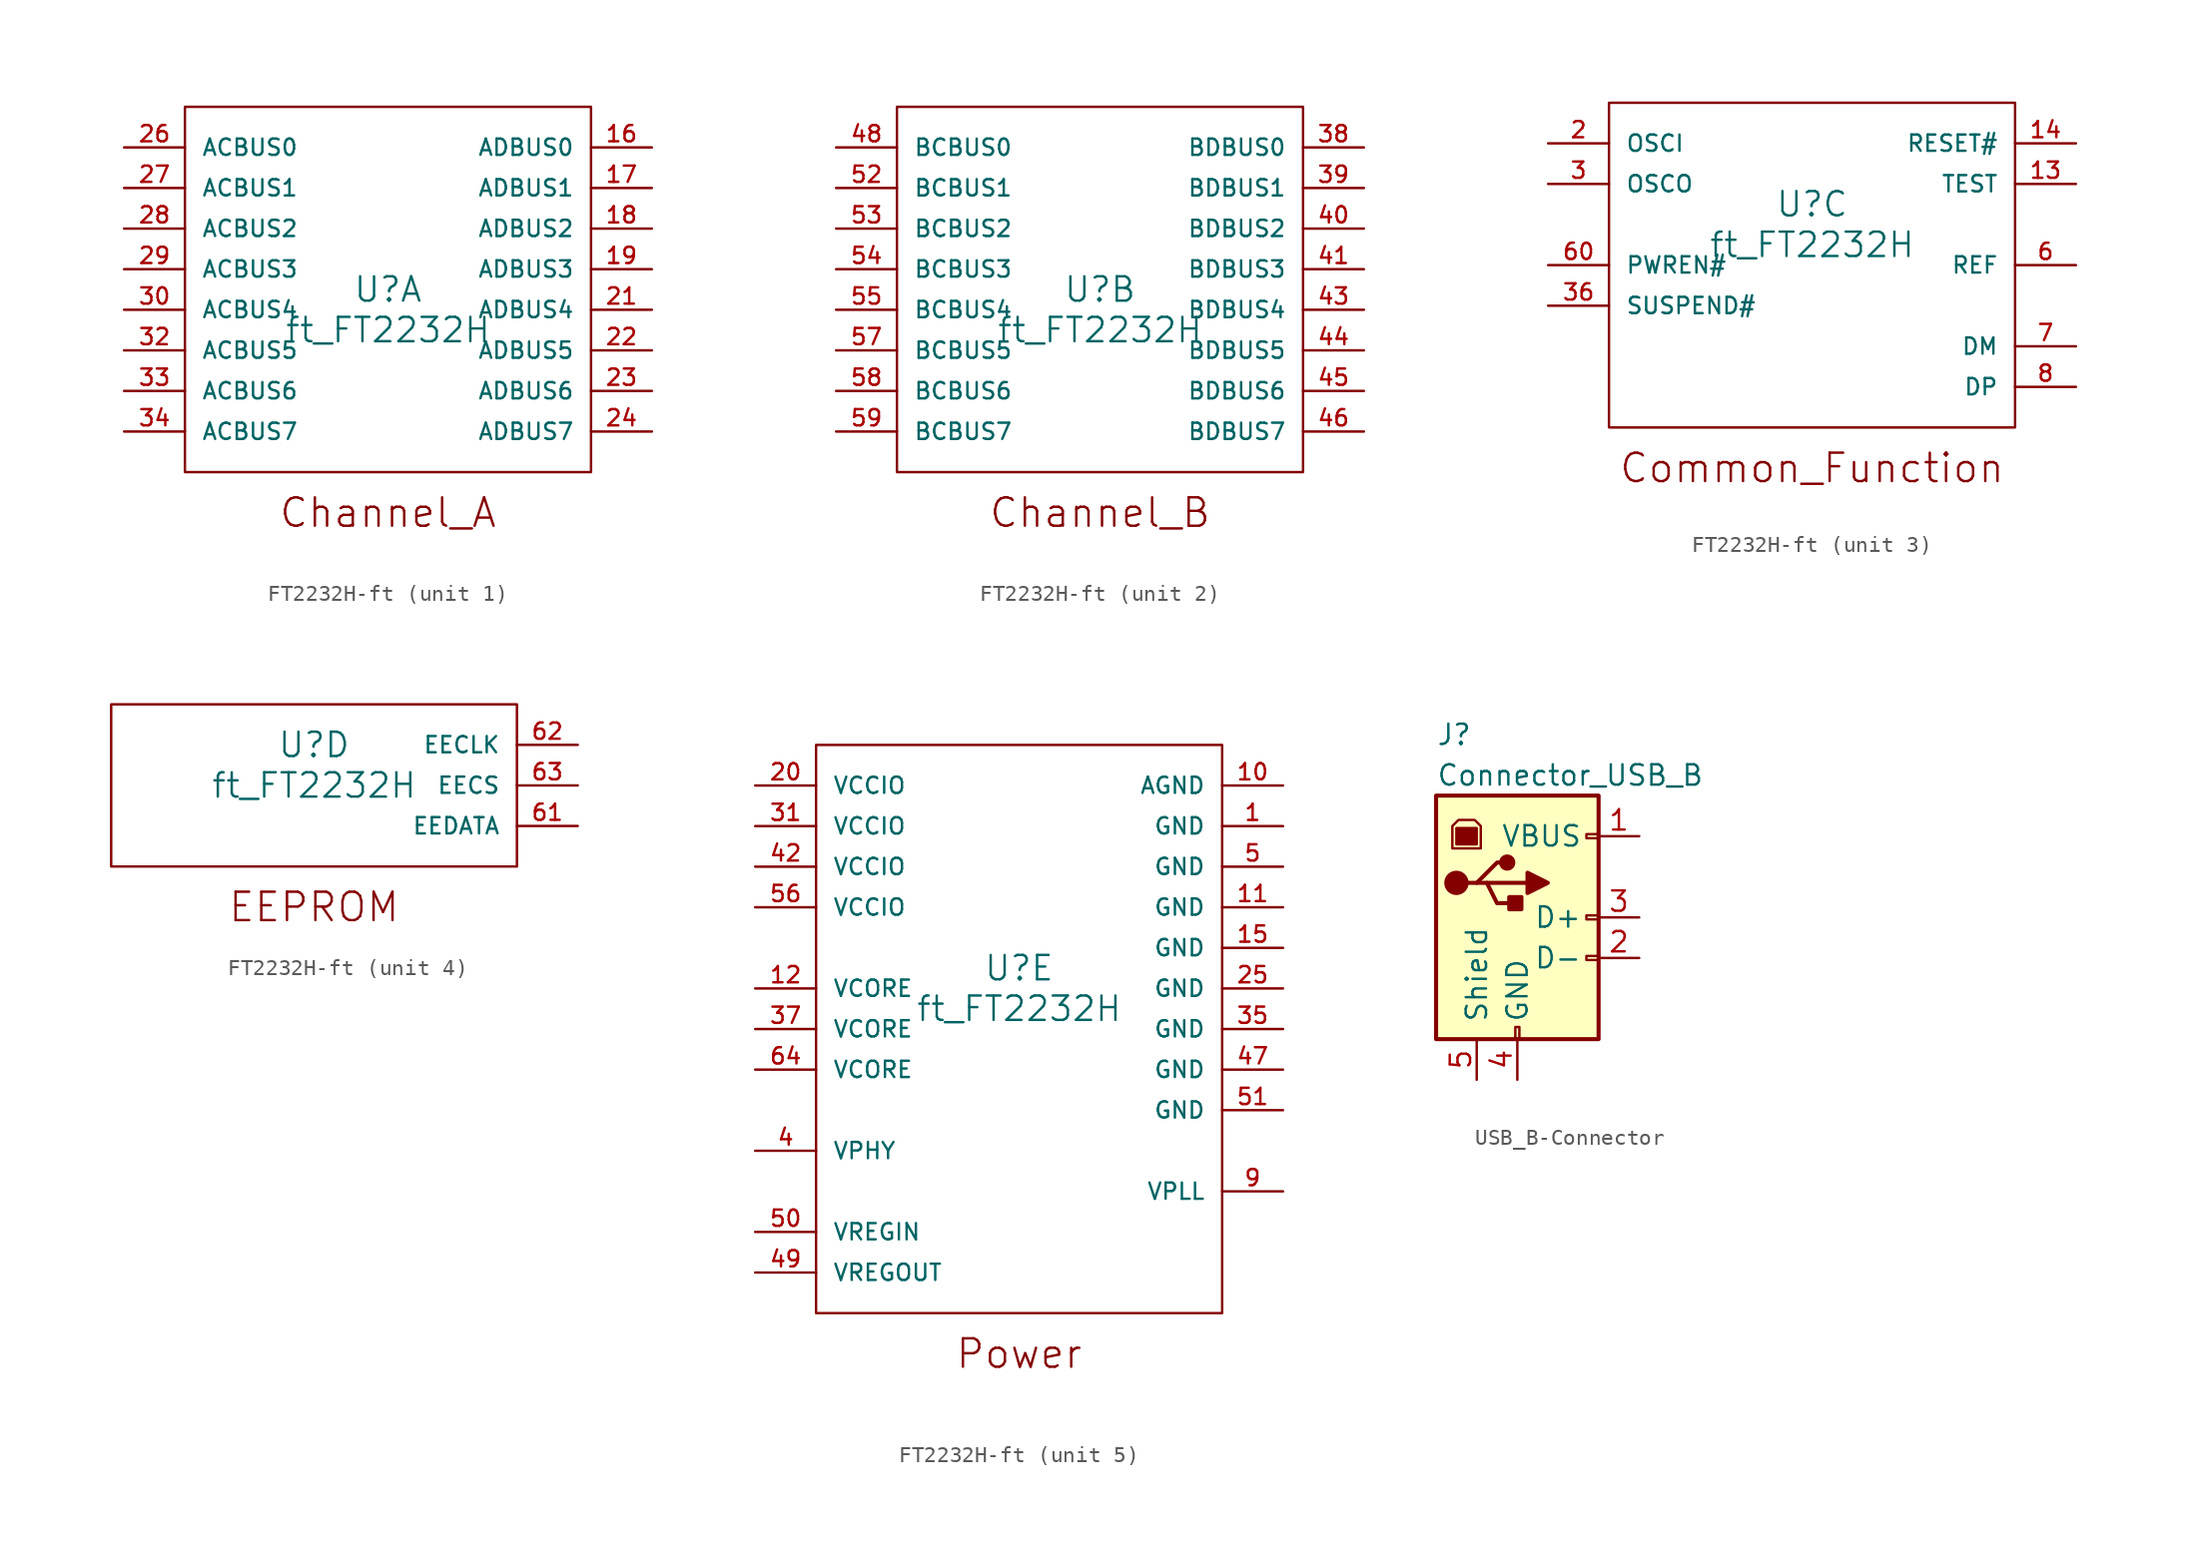
<source format=kicad_sym>
(kicad_symbol_lib
  (version 20231120)
  (generator "kicad_symbol_editor")
  (generator_version "8.0")
  (symbol "FT2232H-ft"
    (pin_names
      (offset 1.016))
    (property "Reference" "U"
      (at 0 2.54 0)
      (effects (font (size 1.524 1.524))))
    (property "Value" "ft_FT2232H"
      (at 0 0 0)
      (effects (font (size 1.524 1.524))))
    (property "ki_locked" ""
      (at 0 0 0)
      (effects (font (size 1.27 1.27))))
    (symbol "FT2232H-ft_1_0"
      (rectangle (start -12.7 13.97) (end 12.7 -8.89) (stroke (width 0) (type solid)) (fill (type none)))
      (text "Channel_A" (at 0 -11.43 0) (effects (font (size 1.778 1.778)))))
    (symbol "FT2232H-ft_1_1"
      (pin bidirectional line (at 16.51 11.43 180) (length 3.81) (name "ADBUS0" (effects (font (size 1.016 1.016)))) (number "16" (effects (font (size 1.016 1.016)))))
      (pin bidirectional line (at 16.51 8.89 180) (length 3.81) (name "ADBUS1" (effects (font (size 1.016 1.016)))) (number "17" (effects (font (size 1.016 1.016)))))
      (pin bidirectional line (at 16.51 6.35 180) (length 3.81) (name "ADBUS2" (effects (font (size 1.016 1.016)))) (number "18" (effects (font (size 1.016 1.016)))))
      (pin bidirectional line (at 16.51 3.81 180) (length 3.81) (name "ADBUS3" (effects (font (size 1.016 1.016)))) (number "19" (effects (font (size 1.016 1.016)))))
      (pin bidirectional line (at 16.51 1.27 180) (length 3.81) (name "ADBUS4" (effects (font (size 1.016 1.016)))) (number "21" (effects (font (size 1.016 1.016)))))
      (pin bidirectional line (at 16.51 -1.27 180) (length 3.81) (name "ADBUS5" (effects (font (size 1.016 1.016)))) (number "22" (effects (font (size 1.016 1.016)))))
      (pin bidirectional line (at 16.51 -3.81 180) (length 3.81) (name "ADBUS6" (effects (font (size 1.016 1.016)))) (number "23" (effects (font (size 1.016 1.016)))))
      (pin bidirectional line (at 16.51 -6.35 180) (length 3.81) (name "ADBUS7" (effects (font (size 1.016 1.016)))) (number "24" (effects (font (size 1.016 1.016)))))
      (pin bidirectional line (at -16.51 11.43 0) (length 3.81) (name "ACBUS0" (effects (font (size 1.016 1.016)))) (number "26" (effects (font (size 1.016 1.016)))))
      (pin bidirectional line (at -16.51 8.89 0) (length 3.81) (name "ACBUS1" (effects (font (size 1.016 1.016)))) (number "27" (effects (font (size 1.016 1.016)))))
      (pin bidirectional line (at -16.51 6.35 0) (length 3.81) (name "ACBUS2" (effects (font (size 1.016 1.016)))) (number "28" (effects (font (size 1.016 1.016)))))
      (pin bidirectional line (at -16.51 3.81 0) (length 3.81) (name "ACBUS3" (effects (font (size 1.016 1.016)))) (number "29" (effects (font (size 1.016 1.016)))))
      (pin bidirectional line (at -16.51 1.27 0) (length 3.81) (name "ACBUS4" (effects (font (size 1.016 1.016)))) (number "30" (effects (font (size 1.016 1.016)))))
      (pin bidirectional line (at -16.51 -1.27 0) (length 3.81) (name "ACBUS5" (effects (font (size 1.016 1.016)))) (number "32" (effects (font (size 1.016 1.016)))))
      (pin bidirectional line (at -16.51 -3.81 0) (length 3.81) (name "ACBUS6" (effects (font (size 1.016 1.016)))) (number "33" (effects (font (size 1.016 1.016)))))
      (pin bidirectional line (at -16.51 -6.35 0) (length 3.81) (name "ACBUS7" (effects (font (size 1.016 1.016)))) (number "34" (effects (font (size 1.016 1.016))))))
    (symbol "FT2232H-ft_2_0"
      (rectangle (start -12.7 13.97) (end 12.7 -8.89) (stroke (width 0) (type solid)) (fill (type none)))
      (text "Channel_B" (at 0 -11.43 0) (effects (font (size 1.778 1.778)))))
    (symbol "FT2232H-ft_2_1"
      (pin bidirectional line (at 16.51 11.43 180) (length 3.81) (name "BDBUS0" (effects (font (size 1.016 1.016)))) (number "38" (effects (font (size 1.016 1.016)))))
      (pin bidirectional line (at 16.51 8.89 180) (length 3.81) (name "BDBUS1" (effects (font (size 1.016 1.016)))) (number "39" (effects (font (size 1.016 1.016)))))
      (pin bidirectional line (at 16.51 6.35 180) (length 3.81) (name "BDBUS2" (effects (font (size 1.016 1.016)))) (number "40" (effects (font (size 1.016 1.016)))))
      (pin bidirectional line (at 16.51 3.81 180) (length 3.81) (name "BDBUS3" (effects (font (size 1.016 1.016)))) (number "41" (effects (font (size 1.016 1.016)))))
      (pin bidirectional line (at 16.51 1.27 180) (length 3.81) (name "BDBUS4" (effects (font (size 1.016 1.016)))) (number "43" (effects (font (size 1.016 1.016)))))
      (pin bidirectional line (at 16.51 -1.27 180) (length 3.81) (name "BDBUS5" (effects (font (size 1.016 1.016)))) (number "44" (effects (font (size 1.016 1.016)))))
      (pin bidirectional line (at 16.51 -3.81 180) (length 3.81) (name "BDBUS6" (effects (font (size 1.016 1.016)))) (number "45" (effects (font (size 1.016 1.016)))))
      (pin bidirectional line (at 16.51 -6.35 180) (length 3.81) (name "BDBUS7" (effects (font (size 1.016 1.016)))) (number "46" (effects (font (size 1.016 1.016)))))
      (pin bidirectional line (at -16.51 11.43 0) (length 3.81) (name "BCBUS0" (effects (font (size 1.016 1.016)))) (number "48" (effects (font (size 1.016 1.016)))))
      (pin bidirectional line (at -16.51 8.89 0) (length 3.81) (name "BCBUS1" (effects (font (size 1.016 1.016)))) (number "52" (effects (font (size 1.016 1.016)))))
      (pin bidirectional line (at -16.51 6.35 0) (length 3.81) (name "BCBUS2" (effects (font (size 1.016 1.016)))) (number "53" (effects (font (size 1.016 1.016)))))
      (pin bidirectional line (at -16.51 3.81 0) (length 3.81) (name "BCBUS3" (effects (font (size 1.016 1.016)))) (number "54" (effects (font (size 1.016 1.016)))))
      (pin bidirectional line (at -16.51 1.27 0) (length 3.81) (name "BCBUS4" (effects (font (size 1.016 1.016)))) (number "55" (effects (font (size 1.016 1.016)))))
      (pin bidirectional line (at -16.51 -1.27 0) (length 3.81) (name "BCBUS5" (effects (font (size 1.016 1.016)))) (number "57" (effects (font (size 1.016 1.016)))))
      (pin bidirectional line (at -16.51 -3.81 0) (length 3.81) (name "BCBUS6" (effects (font (size 1.016 1.016)))) (number "58" (effects (font (size 1.016 1.016)))))
      (pin bidirectional line (at -16.51 -6.35 0) (length 3.81) (name "BCBUS7" (effects (font (size 1.016 1.016)))) (number "59" (effects (font (size 1.016 1.016))))))
    (symbol "FT2232H-ft_3_0"
      (rectangle (start -12.7 8.89) (end 12.7 -11.43) (stroke (width 0) (type solid)) (fill (type none)))
      (text "Common_Function" (at 0 -13.97 0) (effects (font (size 1.778 1.778)))))
    (symbol "FT2232H-ft_3_1"
      (pin input line (at 16.51 3.81 180) (length 3.81) (name "TEST" (effects (font (size 1.016 1.016)))) (number "13" (effects (font (size 1.016 1.016)))))
      (pin input line (at 16.51 6.35 180) (length 3.81) (name "RESET#" (effects (font (size 1.016 1.016)))) (number "14" (effects (font (size 1.016 1.016)))))
      (pin input line (at -16.51 6.35 0) (length 3.81) (name "OSCI" (effects (font (size 1.016 1.016)))) (number "2" (effects (font (size 1.016 1.016)))))
      (pin output line (at -16.51 3.81 0) (length 3.81) (name "OSCO" (effects (font (size 1.016 1.016)))) (number "3" (effects (font (size 1.016 1.016)))))
      (pin output line (at -16.51 -3.81 0) (length 3.81) (name "SUSPEND#" (effects (font (size 1.016 1.016)))) (number "36" (effects (font (size 1.016 1.016)))))
      (pin input line (at 16.51 -1.27 180) (length 3.81) (name "REF" (effects (font (size 1.016 1.016)))) (number "6" (effects (font (size 1.016 1.016)))))
      (pin output line (at -16.51 -1.27 0) (length 3.81) (name "PWREN#" (effects (font (size 1.016 1.016)))) (number "60" (effects (font (size 1.016 1.016)))))
      (pin input line (at 16.51 -6.35 180) (length 3.81) (name "DM" (effects (font (size 1.016 1.016)))) (number "7" (effects (font (size 1.016 1.016)))))
      (pin input line (at 16.51 -8.89 180) (length 3.81) (name "DP" (effects (font (size 1.016 1.016)))) (number "8" (effects (font (size 1.016 1.016))))))
    (symbol "FT2232H-ft_4_0"
      (rectangle (start -12.7 5.08) (end 12.7 -5.08) (stroke (width 0) (type solid)) (fill (type none)))
      (text "EEPROM" (at 0 -7.62 0) (effects (font (size 1.778 1.778)))))
    (symbol "FT2232H-ft_4_1"
      (pin bidirectional line (at 16.51 -2.54 180) (length 3.81) (name "EEDATA" (effects (font (size 1.016 1.016)))) (number "61" (effects (font (size 1.016 1.016)))))
      (pin output line (at 16.51 2.54 180) (length 3.81) (name "EECLK" (effects (font (size 1.016 1.016)))) (number "62" (effects (font (size 1.016 1.016)))))
      (pin bidirectional line (at 16.51 0 180) (length 3.81) (name "EECS" (effects (font (size 1.016 1.016)))) (number "63" (effects (font (size 1.016 1.016))))))
    (symbol "FT2232H-ft_5_0"
      (rectangle (start -12.7 16.51) (end 12.7 -19.05) (stroke (width 0) (type solid)) (fill (type none)))
      (text "Power" (at 0 -21.59 0) (effects (font (size 1.778 1.778)))))
    (symbol "FT2232H-ft_5_1"
      (pin power_in line (at 16.51 11.43 180) (length 3.81) (name "GND" (effects (font (size 1.016 1.016)))) (number "1" (effects (font (size 1.016 1.016)))))
      (pin power_in line (at 16.51 13.97 180) (length 3.81) (name "AGND" (effects (font (size 1.016 1.016)))) (number "10" (effects (font (size 1.016 1.016)))))
      (pin power_in line (at 16.51 6.35 180) (length 3.81) (name "GND" (effects (font (size 1.016 1.016)))) (number "11" (effects (font (size 1.016 1.016)))))
      (pin power_in line (at -16.51 1.27 0) (length 3.81) (name "VCORE" (effects (font (size 1.016 1.016)))) (number "12" (effects (font (size 1.016 1.016)))))
      (pin power_in line (at 16.51 3.81 180) (length 3.81) (name "GND" (effects (font (size 1.016 1.016)))) (number "15" (effects (font (size 1.016 1.016)))))
      (pin power_in line (at -16.51 13.97 0) (length 3.81) (name "VCCIO" (effects (font (size 1.016 1.016)))) (number "20" (effects (font (size 1.016 1.016)))))
      (pin power_in line (at 16.51 1.27 180) (length 3.81) (name "GND" (effects (font (size 1.016 1.016)))) (number "25" (effects (font (size 1.016 1.016)))))
      (pin power_in line (at -16.51 11.43 0) (length 3.81) (name "VCCIO" (effects (font (size 1.016 1.016)))) (number "31" (effects (font (size 1.016 1.016)))))
      (pin power_in line (at 16.51 -1.27 180) (length 3.81) (name "GND" (effects (font (size 1.016 1.016)))) (number "35" (effects (font (size 1.016 1.016)))))
      (pin power_in line (at -16.51 -1.27 0) (length 3.81) (name "VCORE" (effects (font (size 1.016 1.016)))) (number "37" (effects (font (size 1.016 1.016)))))
      (pin power_in line (at -16.51 -8.89 0) (length 3.81) (name "VPHY" (effects (font (size 1.016 1.016)))) (number "4" (effects (font (size 1.016 1.016)))))
      (pin power_in line (at -16.51 8.89 0) (length 3.81) (name "VCCIO" (effects (font (size 1.016 1.016)))) (number "42" (effects (font (size 1.016 1.016)))))
      (pin power_in line (at 16.51 -3.81 180) (length 3.81) (name "GND" (effects (font (size 1.016 1.016)))) (number "47" (effects (font (size 1.016 1.016)))))
      (pin power_out line (at -16.51 -16.51 0) (length 3.81) (name "VREGOUT" (effects (font (size 1.016 1.016)))) (number "49" (effects (font (size 1.016 1.016)))))
      (pin power_in line (at 16.51 8.89 180) (length 3.81) (name "GND" (effects (font (size 1.016 1.016)))) (number "5" (effects (font (size 1.016 1.016)))))
      (pin power_in line (at -16.51 -13.97 0) (length 3.81) (name "VREGIN" (effects (font (size 1.016 1.016)))) (number "50" (effects (font (size 1.016 1.016)))))
      (pin power_in line (at 16.51 -6.35 180) (length 3.81) (name "GND" (effects (font (size 1.016 1.016)))) (number "51" (effects (font (size 1.016 1.016)))))
      (pin power_in line (at -16.51 6.35 0) (length 3.81) (name "VCCIO" (effects (font (size 1.016 1.016)))) (number "56" (effects (font (size 1.016 1.016)))))
      (pin power_in line (at -16.51 -3.81 0) (length 3.81) (name "VCORE" (effects (font (size 1.016 1.016)))) (number "64" (effects (font (size 1.016 1.016)))))
      (pin power_in line (at 16.51 -11.43 180) (length 3.81) (name "VPLL" (effects (font (size 1.016 1.016)))) (number "9" (effects (font (size 1.016 1.016)))))))
  (symbol "USB_B-Connector"
    (pin_names
      (offset 1.016))
    (property "Reference" "J"
      (at -5.08 11.43 0)
      (effects (font (size 1.27 1.27)) (justify left)))
    (property "Value" "Connector_USB_B"
      (at -5.08 8.89 0)
      (effects (font (size 1.27 1.27)) (justify left)))
    (symbol "USB_B-Connector_0_1"
      (rectangle (start -5.08 -7.62) (end 5.08 7.62) (stroke (width 0.254) (type solid)) (fill (type background)))
      (circle (center -3.81 2.159) (radius 0.635) (stroke (width 0.254) (type solid)) (fill (type outline)))
      (rectangle (start -3.81 5.588) (end -2.54 4.572) (stroke (width 0) (type solid)) (fill (type outline)))
      (circle (center -0.635 3.429) (radius 0.381) (stroke (width 0.254) (type solid)) (fill (type outline)))
      (rectangle (start -0.127 -7.62) (end 0.127 -6.858) (stroke (width 0) (type solid)) (fill (type none)))
      (polyline (pts (xy -1.905 2.159) (xy 0.635 2.159)) (stroke (width 0.254) (type solid)) (fill (type none)))
      (polyline (pts (xy -3.175 2.159) (xy -2.54 2.159) (xy -1.27 3.429) (xy -0.635 3.429)) (stroke (width 0.254) (type solid)) (fill (type none)))
      (polyline (pts (xy -2.54 2.159) (xy -1.905 2.159) (xy -1.27 0.889) (xy 0 0.889)) (stroke (width 0.254) (type solid)) (fill (type none)))
      (polyline (pts (xy 0.635 2.794) (xy 0.635 1.524) (xy 1.905 2.159) (xy 0.635 2.794)) (stroke (width 0.254) (type solid)) (fill (type outline)))
      (polyline (pts (xy -4.064 4.318) (xy -2.286 4.318) (xy -2.286 5.715) (xy -2.667 6.096) (xy -3.683 6.096) (xy -4.064 5.715) (xy -4.064 4.318)) (stroke (width 0) (type solid)) (fill (type none)))
      (rectangle (start 0.254 1.27) (end -0.508 0.508) (stroke (width 0.254) (type solid)) (fill (type outline)))
      (rectangle (start 5.08 -2.667) (end 4.318 -2.413) (stroke (width 0) (type solid)) (fill (type none)))
      (rectangle (start 5.08 -0.127) (end 4.318 0.127) (stroke (width 0) (type solid)) (fill (type none)))
      (rectangle (start 5.08 4.953) (end 4.318 5.207) (stroke (width 0) (type solid)) (fill (type none))))
    (symbol "USB_B-Connector_1_1"
      (pin power_out line (at 7.62 5.08 180) (length 2.54) (name "VBUS" (effects (font (size 1.27 1.27)))) (number "1" (effects (font (size 1.27 1.27)))))
      (pin passive line (at 7.62 -2.54 180) (length 2.54) (name "D-" (effects (font (size 1.27 1.27)))) (number "2" (effects (font (size 1.27 1.27)))))
      (pin passive line (at 7.62 0 180) (length 2.54) (name "D+" (effects (font (size 1.27 1.27)))) (number "3" (effects (font (size 1.27 1.27)))))
      (pin power_out line (at 0 -10.16 90) (length 2.54) (name "GND" (effects (font (size 1.27 1.27)))) (number "4" (effects (font (size 1.27 1.27)))))
      (pin passive line (at -2.54 -10.16 90) (length 2.54) (name "Shield" (effects (font (size 1.27 1.27)))) (number "5" (effects (font (size 1.27 1.27))))))))
</source>
